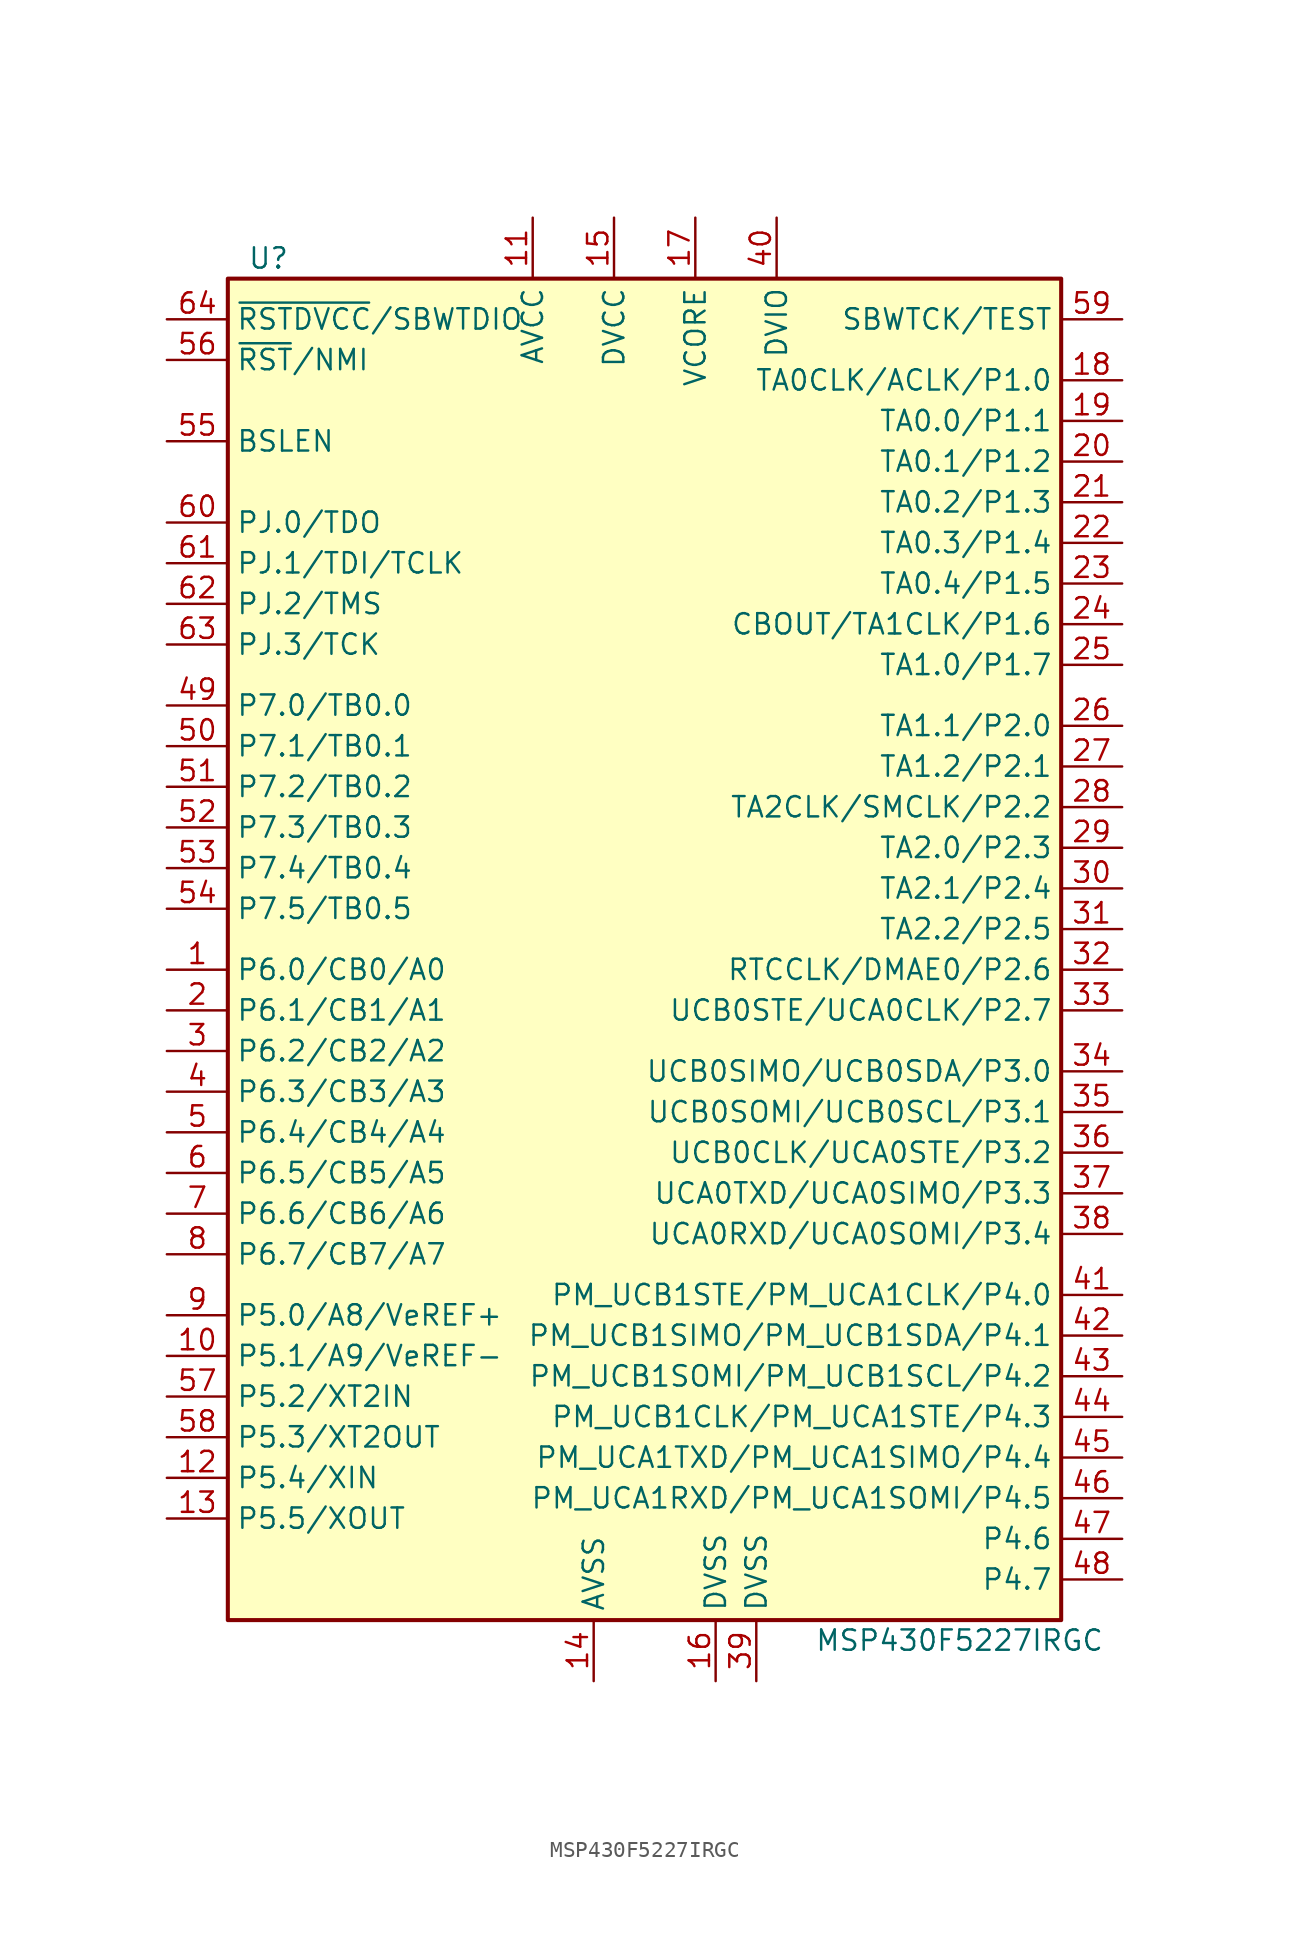
<source format=kicad_sym>
(kicad_symbol_lib
  (version 20211014)
  (generator kicad_symbol_editor)
  (symbol "MSP430F5227IRGC"
    (property "Reference" "U"
      (at -24.13 43.18 0)
      (effects (font (size 1.27 1.27))))
    (property "Value" "MSP430F5227IRGC"
      (at 19.05 -43.18 0)
      (effects (font (size 1.27 1.27))))
    (symbol "MSP430F5227IRGC_0_1"
      (rectangle (start -26.67 41.91) (end 25.4 -41.91) (stroke (width 0.254) (type default) (color 0 0 0 0)) (fill (type background))))
    (symbol "MSP430F5227IRGC_1_1"
      (pin bidirectional line (at -30.48 -1.27 0) (length 3.81) (name "P6.0/CB0/A0" (effects (font (size 1.27 1.27)))) (number "1" (effects (font (size 1.27 1.27)))))
      (pin bidirectional line (at -30.48 -25.4 0) (length 3.81) (name "P5.1/A9/VeREF-" (effects (font (size 1.27 1.27)))) (number "10" (effects (font (size 1.27 1.27)))))
      (pin power_in line (at -7.62 45.72 270) (length 3.81) (name "AVCC" (effects (font (size 1.27 1.27)))) (number "11" (effects (font (size 1.27 1.27)))))
      (pin bidirectional line (at -30.48 -33.02 0) (length 3.81) (name "P5.4/XIN" (effects (font (size 1.27 1.27)))) (number "12" (effects (font (size 1.27 1.27)))))
      (pin bidirectional line (at -30.48 -35.56 0) (length 3.81) (name "P5.5/XOUT" (effects (font (size 1.27 1.27)))) (number "13" (effects (font (size 1.27 1.27)))))
      (pin power_in line (at -3.81 -45.72 90) (length 3.81) (name "AVSS" (effects (font (size 1.27 1.27)))) (number "14" (effects (font (size 1.27 1.27)))))
      (pin power_in line (at -2.54 45.72 270) (length 3.81) (name "DVCC" (effects (font (size 1.27 1.27)))) (number "15" (effects (font (size 1.27 1.27)))))
      (pin power_in line (at 3.81 -45.72 90) (length 3.81) (name "DVSS" (effects (font (size 1.27 1.27)))) (number "16" (effects (font (size 1.27 1.27)))))
      (pin power_in line (at 2.54 45.72 270) (length 3.81) (name "VCORE" (effects (font (size 1.27 1.27)))) (number "17" (effects (font (size 1.27 1.27)))))
      (pin bidirectional line (at 29.21 35.56 180) (length 3.81) (name "TA0CLK/ACLK/P1.0" (effects (font (size 1.27 1.27)))) (number "18" (effects (font (size 1.27 1.27)))))
      (pin bidirectional line (at 29.21 33.02 180) (length 3.81) (name "TA0.0/P1.1" (effects (font (size 1.27 1.27)))) (number "19" (effects (font (size 1.27 1.27)))))
      (pin bidirectional line (at -30.48 -3.81 0) (length 3.81) (name "P6.1/CB1/A1" (effects (font (size 1.27 1.27)))) (number "2" (effects (font (size 1.27 1.27)))))
      (pin bidirectional line (at 29.21 30.48 180) (length 3.81) (name "TA0.1/P1.2" (effects (font (size 1.27 1.27)))) (number "20" (effects (font (size 1.27 1.27)))))
      (pin bidirectional line (at 29.21 27.94 180) (length 3.81) (name "TA0.2/P1.3" (effects (font (size 1.27 1.27)))) (number "21" (effects (font (size 1.27 1.27)))))
      (pin bidirectional line (at 29.21 25.4 180) (length 3.81) (name "TA0.3/P1.4" (effects (font (size 1.27 1.27)))) (number "22" (effects (font (size 1.27 1.27)))))
      (pin bidirectional line (at 29.21 22.86 180) (length 3.81) (name "TA0.4/P1.5" (effects (font (size 1.27 1.27)))) (number "23" (effects (font (size 1.27 1.27)))))
      (pin bidirectional line (at 29.21 20.32 180) (length 3.81) (name "CBOUT/TA1CLK/P1.6" (effects (font (size 1.27 1.27)))) (number "24" (effects (font (size 1.27 1.27)))))
      (pin bidirectional line (at 29.21 17.78 180) (length 3.81) (name "TA1.0/P1.7" (effects (font (size 1.27 1.27)))) (number "25" (effects (font (size 1.27 1.27)))))
      (pin bidirectional line (at 29.21 13.97 180) (length 3.81) (name "TA1.1/P2.0" (effects (font (size 1.27 1.27)))) (number "26" (effects (font (size 1.27 1.27)))))
      (pin bidirectional line (at 29.21 11.43 180) (length 3.81) (name "TA1.2/P2.1" (effects (font (size 1.27 1.27)))) (number "27" (effects (font (size 1.27 1.27)))))
      (pin bidirectional line (at 29.21 8.89 180) (length 3.81) (name "TA2CLK/SMCLK/P2.2" (effects (font (size 1.27 1.27)))) (number "28" (effects (font (size 1.27 1.27)))))
      (pin bidirectional line (at 29.21 6.35 180) (length 3.81) (name "TA2.0/P2.3" (effects (font (size 1.27 1.27)))) (number "29" (effects (font (size 1.27 1.27)))))
      (pin bidirectional line (at -30.48 -6.35 0) (length 3.81) (name "P6.2/CB2/A2" (effects (font (size 1.27 1.27)))) (number "3" (effects (font (size 1.27 1.27)))))
      (pin bidirectional line (at 29.21 3.81 180) (length 3.81) (name "TA2.1/P2.4" (effects (font (size 1.27 1.27)))) (number "30" (effects (font (size 1.27 1.27)))))
      (pin bidirectional line (at 29.21 1.27 180) (length 3.81) (name "TA2.2/P2.5" (effects (font (size 1.27 1.27)))) (number "31" (effects (font (size 1.27 1.27)))))
      (pin bidirectional line (at 29.21 -1.27 180) (length 3.81) (name "RTCCLK/DMAE0/P2.6" (effects (font (size 1.27 1.27)))) (number "32" (effects (font (size 1.27 1.27)))))
      (pin bidirectional line (at 29.21 -3.81 180) (length 3.81) (name "UCB0STE/UCA0CLK/P2.7" (effects (font (size 1.27 1.27)))) (number "33" (effects (font (size 1.27 1.27)))))
      (pin bidirectional line (at 29.21 -7.62 180) (length 3.81) (name "UCB0SIMO/UCB0SDA/P3.0" (effects (font (size 1.27 1.27)))) (number "34" (effects (font (size 1.27 1.27)))))
      (pin bidirectional line (at 29.21 -10.16 180) (length 3.81) (name "UCB0SOMI/UCB0SCL/P3.1" (effects (font (size 1.27 1.27)))) (number "35" (effects (font (size 1.27 1.27)))))
      (pin bidirectional line (at 29.21 -12.7 180) (length 3.81) (name "UCB0CLK/UCA0STE/P3.2" (effects (font (size 1.27 1.27)))) (number "36" (effects (font (size 1.27 1.27)))))
      (pin bidirectional line (at 29.21 -15.24 180) (length 3.81) (name "UCA0TXD/UCA0SIMO/P3.3" (effects (font (size 1.27 1.27)))) (number "37" (effects (font (size 1.27 1.27)))))
      (pin bidirectional line (at 29.21 -17.78 180) (length 3.81) (name "UCA0RXD/UCA0SOMI/P3.4" (effects (font (size 1.27 1.27)))) (number "38" (effects (font (size 1.27 1.27)))))
      (pin power_in line (at 6.35 -45.72 90) (length 3.81) (name "DVSS" (effects (font (size 1.27 1.27)))) (number "39" (effects (font (size 1.27 1.27)))))
      (pin bidirectional line (at -30.48 -8.89 0) (length 3.81) (name "P6.3/CB3/A3" (effects (font (size 1.27 1.27)))) (number "4" (effects (font (size 1.27 1.27)))))
      (pin power_in line (at 7.62 45.72 270) (length 3.81) (name "DVIO" (effects (font (size 1.27 1.27)))) (number "40" (effects (font (size 1.27 1.27)))))
      (pin bidirectional line (at 29.21 -21.59 180) (length 3.81) (name "PM_UCB1STE/PM_UCA1CLK/P4.0" (effects (font (size 1.27 1.27)))) (number "41" (effects (font (size 1.27 1.27)))))
      (pin bidirectional line (at 29.21 -24.13 180) (length 3.81) (name "PM_UCB1SIMO/PM_UCB1SDA/P4.1" (effects (font (size 1.27 1.27)))) (number "42" (effects (font (size 1.27 1.27)))))
      (pin bidirectional line (at 29.21 -26.67 180) (length 3.81) (name "PM_UCB1SOMI/PM_UCB1SCL/P4.2" (effects (font (size 1.27 1.27)))) (number "43" (effects (font (size 1.27 1.27)))))
      (pin bidirectional line (at 29.21 -29.21 180) (length 3.81) (name "PM_UCB1CLK/PM_UCA1STE/P4.3" (effects (font (size 1.27 1.27)))) (number "44" (effects (font (size 1.27 1.27)))))
      (pin bidirectional line (at 29.21 -31.75 180) (length 3.81) (name "PM_UCA1TXD/PM_UCA1SIMO/P4.4" (effects (font (size 1.27 1.27)))) (number "45" (effects (font (size 1.27 1.27)))))
      (pin bidirectional line (at 29.21 -34.29 180) (length 3.81) (name "PM_UCA1RXD/PM_UCA1SOMI/P4.5" (effects (font (size 1.27 1.27)))) (number "46" (effects (font (size 1.27 1.27)))))
      (pin bidirectional line (at 29.21 -36.83 180) (length 3.81) (name "P4.6" (effects (font (size 1.27 1.27)))) (number "47" (effects (font (size 1.27 1.27)))))
      (pin bidirectional line (at 29.21 -39.37 180) (length 3.81) (name "P4.7" (effects (font (size 1.27 1.27)))) (number "48" (effects (font (size 1.27 1.27)))))
      (pin bidirectional line (at -30.48 15.24 0) (length 3.81) (name "P7.0/TB0.0" (effects (font (size 1.27 1.27)))) (number "49" (effects (font (size 1.27 1.27)))))
      (pin bidirectional line (at -30.48 -11.43 0) (length 3.81) (name "P6.4/CB4/A4" (effects (font (size 1.27 1.27)))) (number "5" (effects (font (size 1.27 1.27)))))
      (pin bidirectional line (at -30.48 12.7 0) (length 3.81) (name "P7.1/TB0.1" (effects (font (size 1.27 1.27)))) (number "50" (effects (font (size 1.27 1.27)))))
      (pin bidirectional line (at -30.48 10.16 0) (length 3.81) (name "P7.2/TB0.2" (effects (font (size 1.27 1.27)))) (number "51" (effects (font (size 1.27 1.27)))))
      (pin bidirectional line (at -30.48 7.62 0) (length 3.81) (name "P7.3/TB0.3" (effects (font (size 1.27 1.27)))) (number "52" (effects (font (size 1.27 1.27)))))
      (pin bidirectional line (at -30.48 5.08 0) (length 3.81) (name "P7.4/TB0.4" (effects (font (size 1.27 1.27)))) (number "53" (effects (font (size 1.27 1.27)))))
      (pin bidirectional line (at -30.48 2.54 0) (length 3.81) (name "P7.5/TB0.5" (effects (font (size 1.27 1.27)))) (number "54" (effects (font (size 1.27 1.27)))))
      (pin bidirectional line (at -30.48 31.75 0) (length 3.81) (name "BSLEN" (effects (font (size 1.27 1.27)))) (number "55" (effects (font (size 1.27 1.27)))))
      (pin input line (at -30.48 36.83 0) (length 3.81) (name "~{RST}/NMI" (effects (font (size 1.27 1.27)))) (number "56" (effects (font (size 1.27 1.27)))))
      (pin bidirectional line (at -30.48 -27.94 0) (length 3.81) (name "P5.2/XT2IN" (effects (font (size 1.27 1.27)))) (number "57" (effects (font (size 1.27 1.27)))))
      (pin bidirectional line (at -30.48 -30.48 0) (length 3.81) (name "P5.3/XT2OUT" (effects (font (size 1.27 1.27)))) (number "58" (effects (font (size 1.27 1.27)))))
      (pin input line (at 29.21 39.37 180) (length 3.81) (name "SBWTCK/TEST" (effects (font (size 1.27 1.27)))) (number "59" (effects (font (size 1.27 1.27)))))
      (pin bidirectional line (at -30.48 -13.97 0) (length 3.81) (name "P6.5/CB5/A5" (effects (font (size 1.27 1.27)))) (number "6" (effects (font (size 1.27 1.27)))))
      (pin bidirectional line (at -30.48 26.67 0) (length 3.81) (name "PJ.0/TDO" (effects (font (size 1.27 1.27)))) (number "60" (effects (font (size 1.27 1.27)))))
      (pin bidirectional line (at -30.48 24.13 0) (length 3.81) (name "PJ.1/TDI/TCLK" (effects (font (size 1.27 1.27)))) (number "61" (effects (font (size 1.27 1.27)))))
      (pin bidirectional line (at -30.48 21.59 0) (length 3.81) (name "PJ.2/TMS" (effects (font (size 1.27 1.27)))) (number "62" (effects (font (size 1.27 1.27)))))
      (pin bidirectional line (at -30.48 19.05 0) (length 3.81) (name "PJ.3/TCK" (effects (font (size 1.27 1.27)))) (number "63" (effects (font (size 1.27 1.27)))))
      (pin bidirectional line (at -30.48 39.37 0) (length 3.81) (name "~{RSTDVCC}/SBWTDIO" (effects (font (size 1.27 1.27)))) (number "64" (effects (font (size 1.27 1.27)))))
      (pin bidirectional line (at -30.48 -16.51 0) (length 3.81) (name "P6.6/CB6/A6" (effects (font (size 1.27 1.27)))) (number "7" (effects (font (size 1.27 1.27)))))
      (pin bidirectional line (at -30.48 -19.05 0) (length 3.81) (name "P6.7/CB7/A7" (effects (font (size 1.27 1.27)))) (number "8" (effects (font (size 1.27 1.27)))))
      (pin bidirectional line (at -30.48 -22.86 0) (length 3.81) (name "P5.0/A8/VeREF+" (effects (font (size 1.27 1.27)))) (number "9" (effects (font (size 1.27 1.27))))))))
</source>
